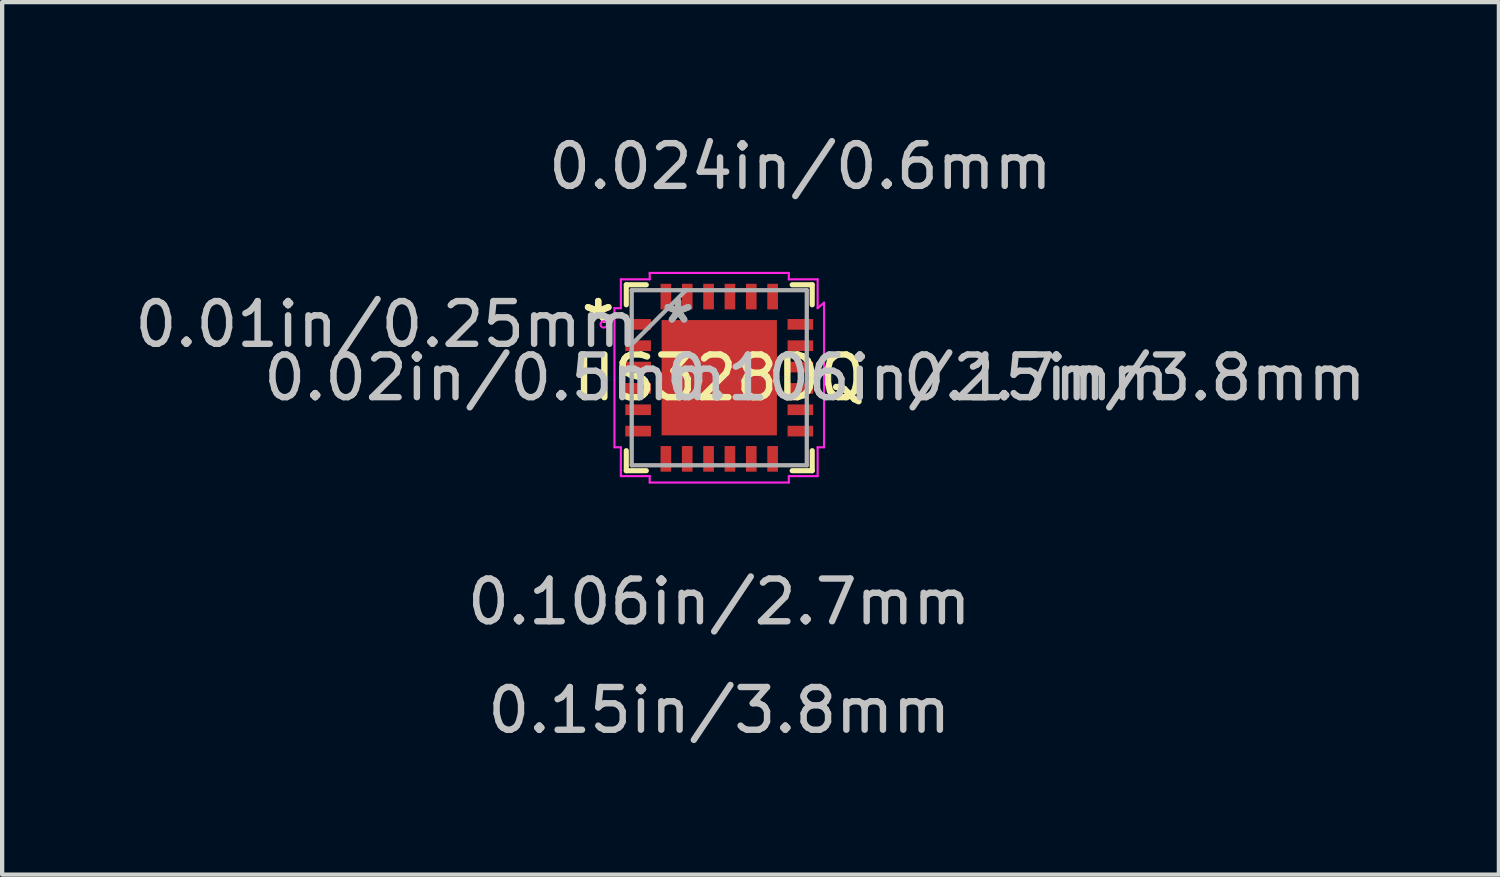
<source format=kicad_pcb>
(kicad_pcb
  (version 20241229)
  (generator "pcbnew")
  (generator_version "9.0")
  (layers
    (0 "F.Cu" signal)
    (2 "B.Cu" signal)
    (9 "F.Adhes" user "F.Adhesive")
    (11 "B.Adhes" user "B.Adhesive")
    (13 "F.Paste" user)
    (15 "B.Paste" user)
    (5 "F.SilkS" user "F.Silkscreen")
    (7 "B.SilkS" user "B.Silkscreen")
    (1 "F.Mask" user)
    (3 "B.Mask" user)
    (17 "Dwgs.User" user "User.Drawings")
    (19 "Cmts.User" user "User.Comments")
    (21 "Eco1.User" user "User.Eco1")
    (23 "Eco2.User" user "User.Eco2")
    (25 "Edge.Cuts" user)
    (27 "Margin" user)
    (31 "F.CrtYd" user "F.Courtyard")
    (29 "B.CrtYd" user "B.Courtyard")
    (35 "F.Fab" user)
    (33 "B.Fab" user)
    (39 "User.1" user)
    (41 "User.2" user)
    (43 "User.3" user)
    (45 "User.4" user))
  (footprint "IIS328DQ"
    (layer "F.Cu")
    (at 13.794 5.796)
    (property "Reference" "IIS328DQ" (at 0 0 0) (layer "F.SilkS") (effects (font (size 1 1) (thickness 0.15))))
    (attr through_hole)
    (fp_line (start -2.177 -2.177) (end -2.177 -1.708) (stroke (width 0.12) (type solid)) (layer "F.SilkS"))
    (fp_line (start -2.177 1.708) (end -2.177 2.177) (stroke (width 0.12) (type solid)) (layer "F.SilkS"))
    (fp_line (start -2.177 2.177) (end -1.708 2.177) (stroke (width 0.12) (type solid)) (layer "F.SilkS"))
    (fp_line (start -1.708 -2.177) (end -2.177 -2.177) (stroke (width 0.12) (type solid)) (layer "F.SilkS"))
    (fp_line (start 1.708 2.177) (end 2.177 2.177) (stroke (width 0.12) (type solid)) (layer "F.SilkS"))
    (fp_line (start 2.177 -2.177) (end 1.708 -2.177) (stroke (width 0.12) (type solid)) (layer "F.SilkS"))
    (fp_line (start 2.177 -1.708) (end 2.177 -2.177) (stroke (width 0.12) (type solid)) (layer "F.SilkS"))
    (fp_line (start 2.177 2.177) (end 2.177 1.708) (stroke (width 0.12) (type solid)) (layer "F.SilkS"))
    (fp_poly (pts (xy -1.25 -1.25) (xy -1.25 -0.1) (xy -0.1 -0.1) (xy -0.1 -1.25)) (stroke (width 0.1) (type solid)) (fill yes) (layer "F.Paste"))
    (fp_poly (pts (xy -1.25 0.1) (xy -1.25 1.25) (xy -0.1 1.25) (xy -0.1 0.1)) (stroke (width 0.1) (type solid)) (fill yes) (layer "F.Paste"))
    (fp_poly (pts (xy 0.1 -1.25) (xy 0.1 -0.1) (xy 1.25 -0.1) (xy 1.25 -1.25)) (stroke (width 0.1) (type solid)) (fill yes) (layer "F.Paste"))
    (fp_poly (pts (xy 0.1 0.1) (xy 0.1 1.25) (xy 1.25 1.25) (xy 1.25 0.1)) (stroke (width 0.1) (type solid)) (fill yes) (layer "F.Paste"))
    (fp_line (start -2.454 -1.629) (end -2.304 -1.629) (stroke (width 0.05) (type solid)) (layer "F.CrtYd"))
    (fp_line (start -2.454 1.629) (end -2.454 -1.629) (stroke (width 0.05) (type solid)) (layer "F.CrtYd"))
    (fp_line (start -2.304 -2.304) (end -1.629 -2.304) (stroke (width 0.05) (type solid)) (layer "F.CrtYd"))
    (fp_line (start -2.304 -1.629) (end -2.304 -2.304) (stroke (width 0.05) (type solid)) (layer "F.CrtYd"))
    (fp_line (start -2.304 1.629) (end -2.454 1.629) (stroke (width 0.05) (type solid)) (layer "F.CrtYd"))
    (fp_line (start -2.304 2.304) (end -2.304 1.629) (stroke (width 0.05) (type solid)) (layer "F.CrtYd"))
    (fp_line (start -1.629 -2.454) (end 1.629 -2.454) (stroke (width 0.05) (type solid)) (layer "F.CrtYd"))
    (fp_line (start -1.629 -2.304) (end -1.629 -2.454) (stroke (width 0.05) (type solid)) (layer "F.CrtYd"))
    (fp_line (start -1.629 2.304) (end -2.304 2.304) (stroke (width 0.05) (type solid)) (layer "F.CrtYd"))
    (fp_line (start -1.629 2.454) (end -1.629 2.304) (stroke (width 0.05) (type solid)) (layer "F.CrtYd"))
    (fp_line (start 1.629 -2.454) (end 1.629 -2.304) (stroke (width 0.05) (type solid)) (layer "F.CrtYd"))
    (fp_line (start 1.629 -2.304) (end 2.304 -2.304) (stroke (width 0.05) (type solid)) (layer "F.CrtYd"))
    (fp_line (start 1.629 2.304) (end 1.629 2.454) (stroke (width 0.05) (type solid)) (layer "F.CrtYd"))
    (fp_line (start 1.629 2.454) (end -1.629 2.454) (stroke (width 0.05) (type solid)) (layer "F.CrtYd"))
    (fp_line (start 2.304 -2.304) (end 2.304 -1.629) (stroke (width 0.05) (type solid)) (layer "F.CrtYd"))
    (fp_line (start 2.304 -1.629) (end 2.454 -1.758) (stroke (width 0.05) (type solid)) (layer "F.CrtYd"))
    (fp_line (start 2.304 1.629) (end 2.304 2.304) (stroke (width 0.05) (type solid)) (layer "F.CrtYd"))
    (fp_line (start 2.304 2.304) (end 1.629 2.304) (stroke (width 0.05) (type solid)) (layer "F.CrtYd"))
    (fp_line (start 2.454 -1.758) (end 2.454 1.629) (stroke (width 0.05) (type solid)) (layer "F.CrtYd"))
    (fp_line (start 2.454 1.629) (end 2.304 1.629) (stroke (width 0.05) (type solid)) (layer "F.CrtYd"))
    (fp_circle (center -2.704 -1.25) (end -2.628 -1.25) (stroke (width 0.05) (type solid)) (fill no) (layer "F.CrtYd"))
    (fp_line (start -2.05 -2.05) (end -2.05 2.05) (stroke (width 0.1) (type solid)) (layer "F.Fab"))
    (fp_line (start -2.05 -0.78) (end -0.78 -2.05) (stroke (width 0.1) (type solid)) (layer "F.Fab"))
    (fp_line (start -2.05 2.05) (end 2.05 2.05) (stroke (width 0.1) (type solid)) (layer "F.Fab"))
    (fp_line (start 2.05 -2.05) (end -2.05 -2.05) (stroke (width 0.1) (type solid)) (layer "F.Fab"))
    (fp_line (start 2.05 2.05) (end 2.05 -2.05) (stroke (width 0.1) (type solid)) (layer "F.Fab"))
    (fp_text user "*" (at -2.835 -1.25 0) (layer "F.SilkS") (effects (font (size 1 1) (thickness 0.15))))
    (fp_text user "*" (at -2.835 -1.25 0) (layer "F.SilkS") (effects (font (size 1 1) (thickness 0.15))))
    (fp_text user "0.024in/0.6mm" (at 1.9 -4.948 0) (layer "Dwgs.User") (effects (font (size 1 1) (thickness 0.15))))
    (fp_text user "0.01in/0.25mm" (at -7.788 -1.25 0) (layer "Dwgs.User") (effects (font (size 1 1) (thickness 0.15))))
    (fp_text user "0.106in/2.7mm" (at 4.648 0 0) (layer "Dwgs.User") (effects (font (size 1 1) (thickness 0.15))))
    (fp_text user "0.15in/3.8mm" (at 0 7.788 0) (layer "Dwgs.User") (effects (font (size 1 1) (thickness 0.15))))
    (fp_text user "0.106in/2.7mm" (at 0 5.248 0) (layer "Dwgs.User") (effects (font (size 1 1) (thickness 0.15))))
    (fp_text user "0.15in/3.8mm" (at 9.728 0 0) (layer "Dwgs.User") (effects (font (size 1 1) (thickness 0.15))))
    (fp_text user "0.02in/0.5mm" (at -5.248 0 0) (layer "Dwgs.User") (effects (font (size 1 1) (thickness 0.15))))
    (fp_text user "Copyright 2021 Accelerated Designs. All rights reserved." (at 0 0 0) (layer "Cmts.User") (effects (font (size 0.127 0.127) (thickness 0.002))))
    (fp_text user "*" (at -0.965 -1.25 0) (layer "F.Fab") (effects (font (size 1 1) (thickness 0.15))))
    (fp_text user "*" (at -0.965 -1.25 0) (layer "F.Fab") (effects (font (size 1 1) (thickness 0.15))))
    (pad "1" smd rect (at -1.9 -1.25) (size 0.6 0.25) (layers "F.Cu" "F.Mask" "F.Paste"))
    (pad "2" smd rect (at -1.9 -0.75) (size 0.6 0.25) (layers "F.Cu" "F.Mask" "F.Paste"))
    (pad "3" smd rect (at -1.9 -0.25) (size 0.6 0.25) (layers "F.Cu" "F.Mask" "F.Paste"))
    (pad "4" smd rect (at -1.9 0.25) (size 0.6 0.25) (layers "F.Cu" "F.Mask" "F.Paste"))
    (pad "5" smd rect (at -1.9 0.75) (size 0.6 0.25) (layers "F.Cu" "F.Mask" "F.Paste"))
    (pad "6" smd rect (at -1.9 1.25) (size 0.6 0.25) (layers "F.Cu" "F.Mask" "F.Paste"))
    (pad "7" smd rect (at -1.25 1.9 90) (size 0.6 0.25) (layers "F.Cu" "F.Mask" "F.Paste"))
    (pad "8" smd rect (at -0.75 1.9 90) (size 0.6 0.25) (layers "F.Cu" "F.Mask" "F.Paste"))
    (pad "9" smd rect (at -0.25 1.9 90) (size 0.6 0.25) (layers "F.Cu" "F.Mask" "F.Paste"))
    (pad "10" smd rect (at 0.25 1.9 90) (size 0.6 0.25) (layers "F.Cu" "F.Mask" "F.Paste"))
    (pad "11" smd rect (at 0.75 1.9 90) (size 0.6 0.25) (layers "F.Cu" "F.Mask" "F.Paste"))
    (pad "12" smd rect (at 1.25 1.9 90) (size 0.6 0.25) (layers "F.Cu" "F.Mask" "F.Paste"))
    (pad "13" smd rect (at 1.9 1.25) (size 0.6 0.25) (layers "F.Cu" "F.Mask" "F.Paste"))
    (pad "14" smd rect (at 1.9 0.75) (size 0.6 0.25) (layers "F.Cu" "F.Mask" "F.Paste"))
    (pad "15" smd rect (at 1.9 0.25) (size 0.6 0.25) (layers "F.Cu" "F.Mask" "F.Paste"))
    (pad "16" smd rect (at 1.9 -0.25) (size 0.6 0.25) (layers "F.Cu" "F.Mask" "F.Paste"))
    (pad "17" smd rect (at 1.9 -0.75) (size 0.6 0.25) (layers "F.Cu" "F.Mask" "F.Paste"))
    (pad "18" smd rect (at 1.9 -1.25) (size 0.6 0.25) (layers "F.Cu" "F.Mask" "F.Paste"))
    (pad "19" smd rect (at 1.25 -1.9 90) (size 0.6 0.25) (layers "F.Cu" "F.Mask" "F.Paste"))
    (pad "20" smd rect (at 0.75 -1.9 90) (size 0.6 0.25) (layers "F.Cu" "F.Mask" "F.Paste"))
    (pad "21" smd rect (at 0.25 -1.9 90) (size 0.6 0.25) (layers "F.Cu" "F.Mask" "F.Paste"))
    (pad "22" smd rect (at -0.25 -1.9 90) (size 0.6 0.25) (layers "F.Cu" "F.Mask" "F.Paste"))
    (pad "23" smd rect (at -0.75 -1.9 90) (size 0.6 0.25) (layers "F.Cu" "F.Mask" "F.Paste"))
    (pad "24" smd rect (at -1.25 -1.9 90) (size 0.6 0.25) (layers "F.Cu" "F.Mask" "F.Paste"))
    (pad "25" smd rect (at 0 0) (size 2.7 2.7) (layers "F.Cu" "F.Mask" "F.Paste")))
  (gr_rect
    (start -3 -3)
    (end 32.052 17.432)
    (stroke (width 0.1) (type default))
    (fill no)
    (layer "Edge.Cuts")))
</source>
